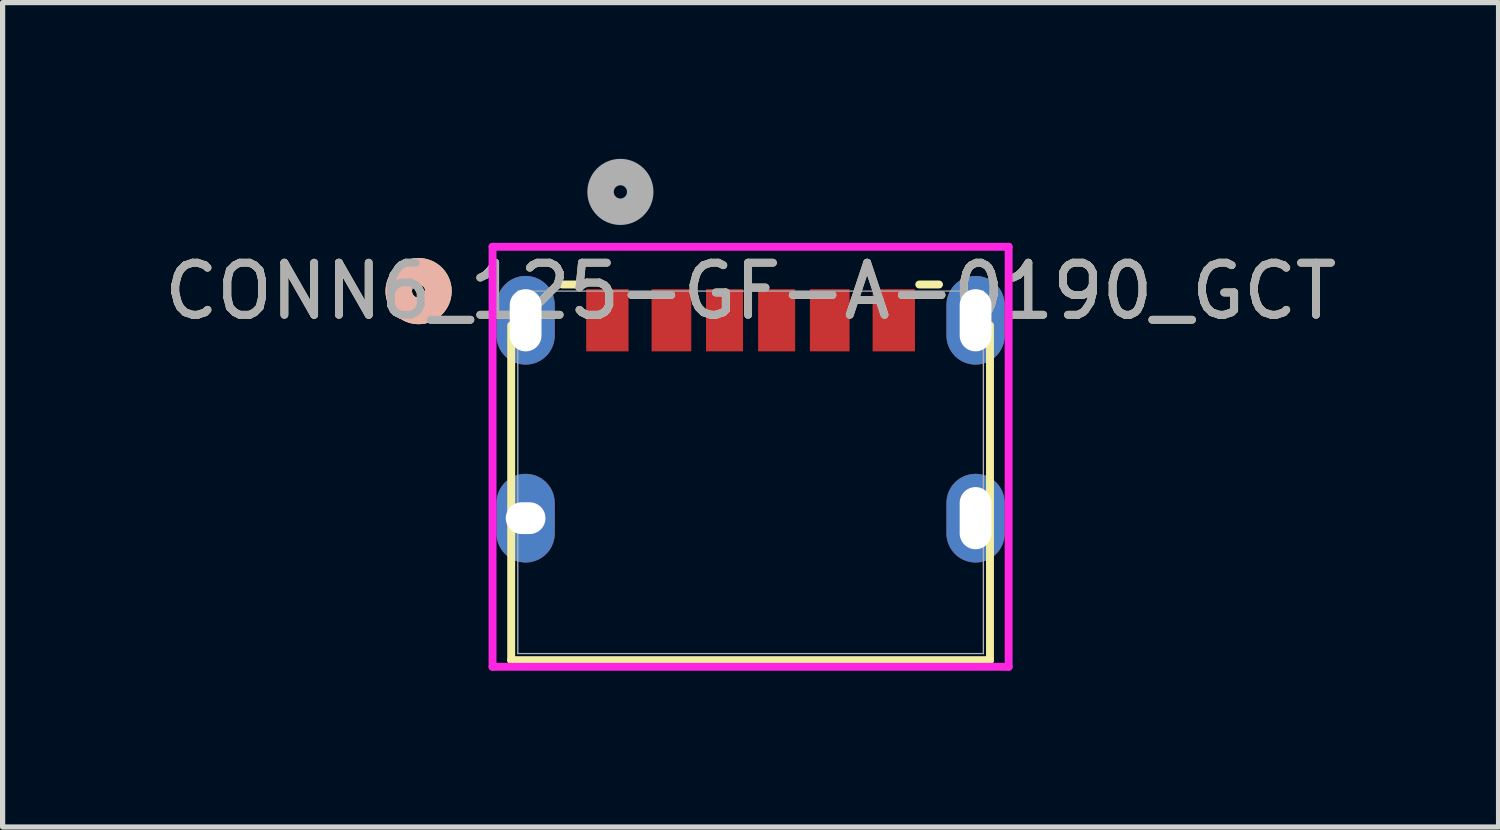
<source format=kicad_pcb>
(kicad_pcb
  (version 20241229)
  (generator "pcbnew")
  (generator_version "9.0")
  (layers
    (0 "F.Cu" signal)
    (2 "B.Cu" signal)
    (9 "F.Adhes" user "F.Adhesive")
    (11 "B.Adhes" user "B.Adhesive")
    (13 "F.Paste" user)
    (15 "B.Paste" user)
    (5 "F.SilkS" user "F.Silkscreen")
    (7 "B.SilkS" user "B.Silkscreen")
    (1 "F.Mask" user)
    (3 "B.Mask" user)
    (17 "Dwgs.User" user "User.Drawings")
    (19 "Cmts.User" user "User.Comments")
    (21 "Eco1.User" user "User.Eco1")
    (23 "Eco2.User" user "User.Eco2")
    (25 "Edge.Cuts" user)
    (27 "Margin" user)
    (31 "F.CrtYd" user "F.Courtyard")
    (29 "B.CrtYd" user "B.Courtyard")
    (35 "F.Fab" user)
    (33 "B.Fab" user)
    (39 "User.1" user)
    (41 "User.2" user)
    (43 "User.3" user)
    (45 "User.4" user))
  (footprint "CONN6_125-GF-A-0190_GCT"
    (layer "F.Cu")
    (at 8.613 3.1)
    (property "Reference" "CONN6_125-GF-A-0190_GCT" (at 2.75 -0.56 0) (unlocked yes) (layer "F.SilkS") (effects (font (size 1 1) (thickness 0.15))))
    (attr smd)
    (fp_line (start -1.847 0.098) (end -1.847 6.527) (stroke (width 0.152) (type solid)) (layer "F.SilkS"))
    (fp_line (start -1.847 6.527) (end 7.347 6.527) (stroke (width 0.152) (type solid)) (layer "F.SilkS"))
    (fp_line (start -0.489 -0.687) (end -0.868 -0.687) (stroke (width 0.152) (type solid)) (layer "F.SilkS"))
    (fp_line (start 6.368 -0.687) (end 5.989 -0.687) (stroke (width 0.152) (type solid)) (layer "F.SilkS"))
    (fp_line (start 7.347 6.527) (end 7.347 0.098) (stroke (width 0.152) (type solid)) (layer "F.SilkS"))
    (fp_circle (center -3.625 -0.56) (end -3.244 -0.56) (stroke (width 0.508) (type solid)) (fill no) (layer "F.SilkS"))
    (fp_circle (center -3.625 -0.56) (end -3.244 -0.56) (stroke (width 0.508) (type solid)) (fill no) (layer "B.SilkS"))
    (fp_line (start -2.205 -1.411) (end -2.205 6.654) (stroke (width 0.152) (type solid)) (layer "F.CrtYd"))
    (fp_line (start -2.205 6.654) (end 7.705 6.654) (stroke (width 0.152) (type solid)) (layer "F.CrtYd"))
    (fp_line (start 7.705 -1.411) (end -2.205 -1.411) (stroke (width 0.152) (type solid)) (layer "F.CrtYd"))
    (fp_line (start 7.705 6.654) (end 7.705 -1.411) (stroke (width 0.152) (type solid)) (layer "F.CrtYd"))
    (fp_line (start -1.72 -0.56) (end -1.72 6.4) (stroke (width 0.025) (type solid)) (layer "F.Fab"))
    (fp_line (start -1.72 6.4) (end 7.22 6.4) (stroke (width 0.025) (type solid)) (layer "F.Fab"))
    (fp_line (start 7.22 -0.56) (end -1.72 -0.56) (stroke (width 0.025) (type solid)) (layer "F.Fab"))
    (fp_line (start 7.22 6.4) (end 7.22 -0.56) (stroke (width 0.025) (type solid)) (layer "F.Fab"))
    (fp_circle (center 0.25 -2.465) (end 0.631 -2.465) (stroke (width 0.508) (type solid)) (fill no) (layer "F.Fab"))
    (fp_text user "${REFERENCE}" (at 2.75 -0.56 0) (unlocked yes) (layer "F.Fab") (effects (font (size 1 1) (thickness 0.15))))
    (pad "" np_thru_hole oval (at -1.57 0 90) (size 1.702 1.118) (drill oval 1.194 0.61) (layers "*.Cu" "*.Mask"))
    (pad "" np_thru_hole oval (at -1.57 3.8) (size 0.762 0.762) (drill oval 1.194 0.61) (layers "*.Cu" "*.Mask"))
    (pad "" np_thru_hole oval (at 7.07 0 90) (size 1.702 1.118) (drill oval 1.194 0.61) (layers "*.Cu" "*.Mask"))
    (pad "" np_thru_hole oval (at 7.07 3.8 90) (size 1.702 1.118) (drill oval 1.194 0.61) (layers "*.Cu" "*.Mask"))
    (pad "1" smd rect (at 0 0) (size 0.813 1.194) (layers "F.Cu" "F.Mask" "F.Paste"))
    (pad "2" smd rect (at 1.23 0) (size 0.762 1.194) (layers "F.Cu" "F.Mask" "F.Paste"))
    (pad "3" smd rect (at 2.25 0) (size 0.711 1.194) (layers "F.Cu" "F.Mask" "F.Paste"))
    (pad "4" smd rect (at 3.25 0) (size 0.711 1.194) (layers "F.Cu" "F.Mask" "F.Paste"))
    (pad "5" smd rect (at 4.27 0) (size 0.762 1.194) (layers "F.Cu" "F.Mask" "F.Paste"))
    (pad "6" smd rect (at 5.5 0) (size 0.813 1.194) (layers "F.Cu" "F.Mask" "F.Paste"))
    (pad "8" thru_hole oval (at -1.57 3.8 90) (size 1.702 1.118) (drill 0.025) (layers "*.Cu" "*.Mask")))
  (gr_rect
    (start -3 -3)
    (end 25.726 12.83)
    (stroke (width 0.1) (type default))
    (fill no)
    (layer "Edge.Cuts")))
</source>
